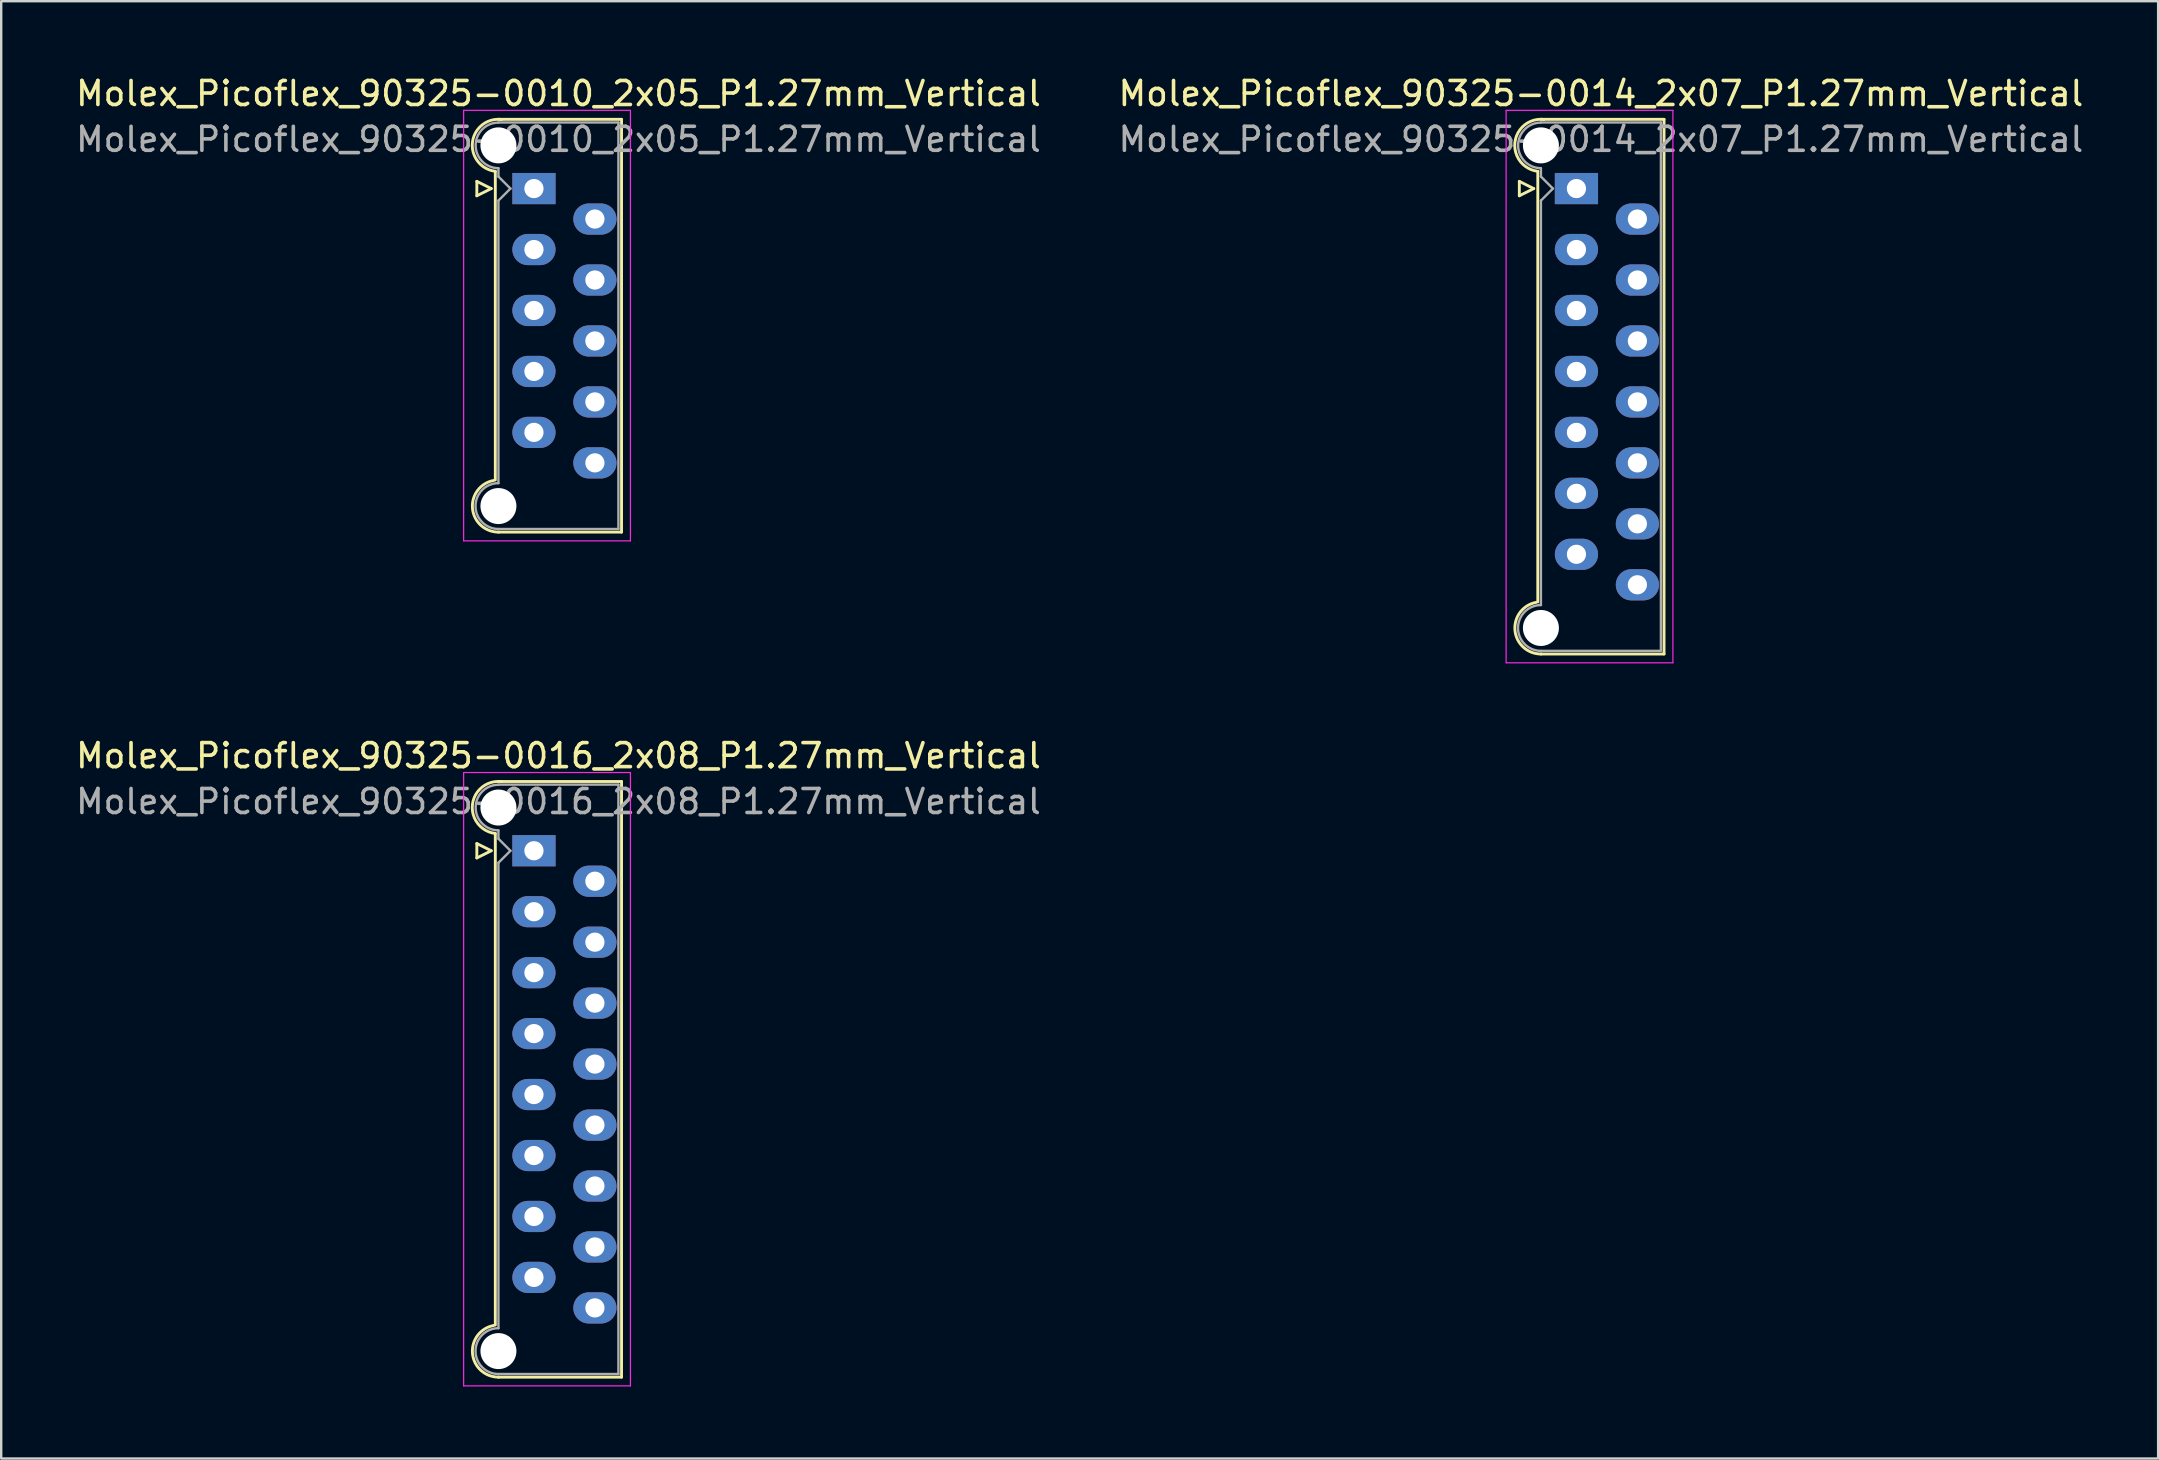
<source format=kicad_pcb>
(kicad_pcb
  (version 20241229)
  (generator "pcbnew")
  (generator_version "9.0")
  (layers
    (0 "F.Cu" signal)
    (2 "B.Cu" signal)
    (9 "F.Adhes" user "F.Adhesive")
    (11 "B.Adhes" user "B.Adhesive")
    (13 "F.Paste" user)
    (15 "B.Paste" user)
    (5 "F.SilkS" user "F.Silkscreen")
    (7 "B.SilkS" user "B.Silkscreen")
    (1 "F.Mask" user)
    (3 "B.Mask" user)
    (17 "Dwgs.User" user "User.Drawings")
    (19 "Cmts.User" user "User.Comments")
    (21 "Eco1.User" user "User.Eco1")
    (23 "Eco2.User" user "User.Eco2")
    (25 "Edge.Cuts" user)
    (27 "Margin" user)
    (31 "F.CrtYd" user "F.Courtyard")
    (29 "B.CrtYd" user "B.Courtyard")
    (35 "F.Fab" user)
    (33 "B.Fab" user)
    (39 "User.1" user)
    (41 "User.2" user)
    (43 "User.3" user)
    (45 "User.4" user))
  (footprint "Molex_Picoflex_90325-0010_2x05_P1.27mm_Vertical"
    (layer "F.Cu")
    (at 19.2 4.808)
    (property "Reference" "Molex_Picoflex_90325-0010_2x05_P1.27mm_Vertical" (at 1.02 -3.96 0) (layer "F.SilkS") (effects (font (size 1 1) (thickness 0.15))))
    (attr through_hole)
    (fp_line (start -2.38 -0.3) (end -2.38 0.3) (stroke (width 0.12) (type solid)) (layer "F.SilkS"))
    (fp_line (start -2.38 0.3) (end -1.78 0) (stroke (width 0.12) (type solid)) (layer "F.SilkS"))
    (fp_line (start -1.78 0) (end -2.38 -0.3) (stroke (width 0.12) (type solid)) (layer "F.SilkS"))
    (fp_line (start -1.61 -0.715) (end -1.61 12.145) (stroke (width 0.12) (type solid)) (layer "F.SilkS"))
    (fp_line (start -1.48 -2.885) (end 3.65 -2.885) (stroke (width 0.12) (type solid)) (layer "F.SilkS"))
    (fp_line (start 3.65 -2.885) (end 3.65 14.315) (stroke (width 0.12) (type solid)) (layer "F.SilkS"))
    (fp_line (start 3.65 14.315) (end -1.48 14.315) (stroke (width 0.12) (type solid)) (layer "F.SilkS"))
    (fp_arc (start -1.61 -0.72) (mid -2.56 -1.93) (end -1.35 -2.88) (stroke (width 0.12) (type solid)) (layer "F.SilkS"))
    (fp_arc (start -1.47 14.315) (mid -2.56 13.334526) (end -1.678256 12.16322) (stroke (width 0.12) (type solid)) (layer "F.SilkS"))
    (fp_line (start -2.93 -3.26) (end -2.93 14.68) (stroke (width 0.05) (type solid)) (layer "F.CrtYd"))
    (fp_line (start -2.93 14.68) (end 4.02 14.68) (stroke (width 0.05) (type solid)) (layer "F.CrtYd"))
    (fp_line (start 4.02 -3.26) (end -2.93 -3.26) (stroke (width 0.05) (type solid)) (layer "F.CrtYd"))
    (fp_line (start 4.02 14.68) (end 4.02 -3.26) (stroke (width 0.05) (type solid)) (layer "F.CrtYd"))
    (fp_line (start -1.48 -2.755) (end 3.52 -2.755) (stroke (width 0.1) (type solid)) (layer "F.Fab"))
    (fp_line (start -1.48 -0.845) (end -1.48 -0.5) (stroke (width 0.1) (type solid)) (layer "F.Fab"))
    (fp_line (start -1.48 -0.5) (end -0.98 0) (stroke (width 0.1) (type solid)) (layer "F.Fab"))
    (fp_line (start -1.48 0.5) (end -1.48 12.275) (stroke (width 0.1) (type solid)) (layer "F.Fab"))
    (fp_line (start -0.98 0) (end -1.48 0.5) (stroke (width 0.1) (type solid)) (layer "F.Fab"))
    (fp_line (start 3.52 -2.755) (end 3.52 14.185) (stroke (width 0.1) (type solid)) (layer "F.Fab"))
    (fp_line (start 3.52 14.185) (end -1.48 14.185) (stroke (width 0.1) (type solid)) (layer "F.Fab"))
    (fp_arc (start -1.48 -0.85) (mid -2.43 -1.8) (end -1.48 -2.75) (stroke (width 0.1) (type solid)) (layer "F.Fab"))
    (fp_arc (start -1.48 14.185) (mid -2.435 13.23) (end -1.48 12.275) (stroke (width 0.1) (type solid)) (layer "F.Fab"))
    (fp_text user "${REFERENCE}" (at 1.02 -2.05 0) (layer "F.Fab") (effects (font (size 1 1) (thickness 0.15))))
    (pad "" np_thru_hole circle (at -1.48 -1.8) (size 1.5 1.5) (drill 1.5) (layers "*.Cu" "*.Mask"))
    (pad "" np_thru_hole circle (at -1.48 13.23) (size 1.5 1.5) (drill 1.5) (layers "*.Cu" "*.Mask"))
    (pad "1" thru_hole rect (at 0 0) (size 1.8 1.3) (drill 0.8) (layers "*.Cu" "*.Mask"))
    (pad "2" thru_hole oval (at 2.54 1.27) (size 1.8 1.3) (drill 0.8) (layers "*.Cu" "*.Mask"))
    (pad "3" thru_hole oval (at 0 2.54) (size 1.8 1.3) (drill 0.8) (layers "*.Cu" "*.Mask"))
    (pad "4" thru_hole oval (at 2.54 3.81) (size 1.8 1.3) (drill 0.8) (layers "*.Cu" "*.Mask"))
    (pad "5" thru_hole oval (at 0 5.08) (size 1.8 1.3) (drill 0.8) (layers "*.Cu" "*.Mask"))
    (pad "6" thru_hole oval (at 2.54 6.35) (size 1.8 1.3) (drill 0.8) (layers "*.Cu" "*.Mask"))
    (pad "7" thru_hole oval (at 0 7.62) (size 1.8 1.3) (drill 0.8) (layers "*.Cu" "*.Mask"))
    (pad "8" thru_hole oval (at 2.54 8.89) (size 1.8 1.3) (drill 0.8) (layers "*.Cu" "*.Mask"))
    (pad "9" thru_hole oval (at 0 10.16) (size 1.8 1.3) (drill 0.8) (layers "*.Cu" "*.Mask"))
    (pad "10" thru_hole oval (at 2.54 11.43) (size 1.8 1.3) (drill 0.8) (layers "*.Cu" "*.Mask")))
  (footprint "Molex_Picoflex_90325-0014_2x07_P1.27mm_Vertical"
    (layer "F.Cu")
    (at 62.641 4.808)
    (property "Reference" "Molex_Picoflex_90325-0014_2x07_P1.27mm_Vertical" (at 1.02 -3.96 0) (layer "F.SilkS") (effects (font (size 1 1) (thickness 0.15))))
    (attr through_hole)
    (fp_line (start -2.38 -0.3) (end -2.38 0.3) (stroke (width 0.12) (type solid)) (layer "F.SilkS"))
    (fp_line (start -2.38 0.3) (end -1.78 0) (stroke (width 0.12) (type solid)) (layer "F.SilkS"))
    (fp_line (start -1.78 0) (end -2.38 -0.3) (stroke (width 0.12) (type solid)) (layer "F.SilkS"))
    (fp_line (start -1.61 -0.715) (end -1.61 17.225) (stroke (width 0.12) (type solid)) (layer "F.SilkS"))
    (fp_line (start -1.48 -2.885) (end 3.65 -2.885) (stroke (width 0.12) (type solid)) (layer "F.SilkS"))
    (fp_line (start 3.65 -2.885) (end 3.65 19.395) (stroke (width 0.12) (type solid)) (layer "F.SilkS"))
    (fp_line (start 3.65 19.395) (end -1.48 19.395) (stroke (width 0.12) (type solid)) (layer "F.SilkS"))
    (fp_arc (start -1.61 -0.72) (mid -2.56 -1.93) (end -1.35 -2.88) (stroke (width 0.12) (type solid)) (layer "F.SilkS"))
    (fp_arc (start -1.47 19.395) (mid -2.56 18.414526) (end -1.678256 17.24322) (stroke (width 0.12) (type solid)) (layer "F.SilkS"))
    (fp_line (start -2.93 -3.26) (end -2.93 19.76) (stroke (width 0.05) (type solid)) (layer "F.CrtYd"))
    (fp_line (start -2.93 19.76) (end 4.02 19.76) (stroke (width 0.05) (type solid)) (layer "F.CrtYd"))
    (fp_line (start 4.02 -3.26) (end -2.93 -3.26) (stroke (width 0.05) (type solid)) (layer "F.CrtYd"))
    (fp_line (start 4.02 19.76) (end 4.02 -3.26) (stroke (width 0.05) (type solid)) (layer "F.CrtYd"))
    (fp_line (start -1.48 -2.755) (end 3.52 -2.755) (stroke (width 0.1) (type solid)) (layer "F.Fab"))
    (fp_line (start -1.48 -0.845) (end -1.48 -0.5) (stroke (width 0.1) (type solid)) (layer "F.Fab"))
    (fp_line (start -1.48 -0.5) (end -0.98 0) (stroke (width 0.1) (type solid)) (layer "F.Fab"))
    (fp_line (start -1.48 0.5) (end -1.48 17.355) (stroke (width 0.1) (type solid)) (layer "F.Fab"))
    (fp_line (start -0.98 0) (end -1.48 0.5) (stroke (width 0.1) (type solid)) (layer "F.Fab"))
    (fp_line (start 3.52 -2.755) (end 3.52 19.265) (stroke (width 0.1) (type solid)) (layer "F.Fab"))
    (fp_line (start 3.52 19.265) (end -1.48 19.265) (stroke (width 0.1) (type solid)) (layer "F.Fab"))
    (fp_arc (start -1.48 -0.85) (mid -2.43 -1.8) (end -1.48 -2.75) (stroke (width 0.1) (type solid)) (layer "F.Fab"))
    (fp_arc (start -1.48 19.265) (mid -2.435 18.31) (end -1.48 17.355) (stroke (width 0.1) (type solid)) (layer "F.Fab"))
    (fp_text user "${REFERENCE}" (at 1.02 -2.05 0) (layer "F.Fab") (effects (font (size 1 1) (thickness 0.15))))
    (pad "" np_thru_hole circle (at -1.48 -1.8) (size 1.5 1.5) (drill 1.5) (layers "*.Cu" "*.Mask"))
    (pad "" np_thru_hole circle (at -1.48 18.31) (size 1.5 1.5) (drill 1.5) (layers "*.Cu" "*.Mask"))
    (pad "1" thru_hole rect (at 0 0) (size 1.8 1.3) (drill 0.8) (layers "*.Cu" "*.Mask"))
    (pad "2" thru_hole oval (at 2.54 1.27) (size 1.8 1.3) (drill 0.8) (layers "*.Cu" "*.Mask"))
    (pad "3" thru_hole oval (at 0 2.54) (size 1.8 1.3) (drill 0.8) (layers "*.Cu" "*.Mask"))
    (pad "4" thru_hole oval (at 2.54 3.81) (size 1.8 1.3) (drill 0.8) (layers "*.Cu" "*.Mask"))
    (pad "5" thru_hole oval (at 0 5.08) (size 1.8 1.3) (drill 0.8) (layers "*.Cu" "*.Mask"))
    (pad "6" thru_hole oval (at 2.54 6.35) (size 1.8 1.3) (drill 0.8) (layers "*.Cu" "*.Mask"))
    (pad "7" thru_hole oval (at 0 7.62) (size 1.8 1.3) (drill 0.8) (layers "*.Cu" "*.Mask"))
    (pad "8" thru_hole oval (at 2.54 8.89) (size 1.8 1.3) (drill 0.8) (layers "*.Cu" "*.Mask"))
    (pad "9" thru_hole oval (at 0 10.16) (size 1.8 1.3) (drill 0.8) (layers "*.Cu" "*.Mask"))
    (pad "10" thru_hole oval (at 2.54 11.43) (size 1.8 1.3) (drill 0.8) (layers "*.Cu" "*.Mask"))
    (pad "11" thru_hole oval (at 0 12.7) (size 1.8 1.3) (drill 0.8) (layers "*.Cu" "*.Mask"))
    (pad "12" thru_hole oval (at 2.54 13.97) (size 1.8 1.3) (drill 0.8) (layers "*.Cu" "*.Mask"))
    (pad "13" thru_hole oval (at 0 15.24) (size 1.8 1.3) (drill 0.8) (layers "*.Cu" "*.Mask"))
    (pad "14" thru_hole oval (at 2.54 16.51) (size 1.8 1.3) (drill 0.8) (layers "*.Cu" "*.Mask")))
  (footprint "Molex_Picoflex_90325-0016_2x08_P1.27mm_Vertical"
    (layer "F.Cu")
    (at 19.2 32.401)
    (property "Reference" "Molex_Picoflex_90325-0016_2x08_P1.27mm_Vertical" (at 1.02 -3.96 0) (layer "F.SilkS") (effects (font (size 1 1) (thickness 0.15))))
    (attr through_hole)
    (fp_line (start -2.38 -0.3) (end -2.38 0.3) (stroke (width 0.12) (type solid)) (layer "F.SilkS"))
    (fp_line (start -2.38 0.3) (end -1.78 0) (stroke (width 0.12) (type solid)) (layer "F.SilkS"))
    (fp_line (start -1.78 0) (end -2.38 -0.3) (stroke (width 0.12) (type solid)) (layer "F.SilkS"))
    (fp_line (start -1.61 -0.715) (end -1.61 19.765) (stroke (width 0.12) (type solid)) (layer "F.SilkS"))
    (fp_line (start -1.48 -2.885) (end 3.65 -2.885) (stroke (width 0.12) (type solid)) (layer "F.SilkS"))
    (fp_line (start 3.65 -2.885) (end 3.65 21.935) (stroke (width 0.12) (type solid)) (layer "F.SilkS"))
    (fp_line (start 3.65 21.935) (end -1.48 21.935) (stroke (width 0.12) (type solid)) (layer "F.SilkS"))
    (fp_arc (start -1.61 -0.72) (mid -2.56 -1.93) (end -1.35 -2.88) (stroke (width 0.12) (type solid)) (layer "F.SilkS"))
    (fp_arc (start -1.47 21.935) (mid -2.56 20.954526) (end -1.678256 19.78322) (stroke (width 0.12) (type solid)) (layer "F.SilkS"))
    (fp_line (start -2.93 -3.26) (end -2.93 22.3) (stroke (width 0.05) (type solid)) (layer "F.CrtYd"))
    (fp_line (start -2.93 22.3) (end 4.02 22.3) (stroke (width 0.05) (type solid)) (layer "F.CrtYd"))
    (fp_line (start 4.02 -3.26) (end -2.93 -3.26) (stroke (width 0.05) (type solid)) (layer "F.CrtYd"))
    (fp_line (start 4.02 22.3) (end 4.02 -3.26) (stroke (width 0.05) (type solid)) (layer "F.CrtYd"))
    (fp_line (start -1.48 -2.755) (end 3.52 -2.755) (stroke (width 0.1) (type solid)) (layer "F.Fab"))
    (fp_line (start -1.48 -0.845) (end -1.48 -0.5) (stroke (width 0.1) (type solid)) (layer "F.Fab"))
    (fp_line (start -1.48 -0.5) (end -0.98 0) (stroke (width 0.1) (type solid)) (layer "F.Fab"))
    (fp_line (start -1.48 0.5) (end -1.48 19.895) (stroke (width 0.1) (type solid)) (layer "F.Fab"))
    (fp_line (start -0.98 0) (end -1.48 0.5) (stroke (width 0.1) (type solid)) (layer "F.Fab"))
    (fp_line (start 3.52 -2.755) (end 3.52 21.805) (stroke (width 0.1) (type solid)) (layer "F.Fab"))
    (fp_line (start 3.52 21.805) (end -1.48 21.805) (stroke (width 0.1) (type solid)) (layer "F.Fab"))
    (fp_arc (start -1.48 -0.85) (mid -2.43 -1.8) (end -1.48 -2.75) (stroke (width 0.1) (type solid)) (layer "F.Fab"))
    (fp_arc (start -1.48 21.805) (mid -2.435 20.85) (end -1.48 19.895) (stroke (width 0.1) (type solid)) (layer "F.Fab"))
    (fp_text user "${REFERENCE}" (at 1.02 -2.05 0) (layer "F.Fab") (effects (font (size 1 1) (thickness 0.15))))
    (pad "" np_thru_hole circle (at -1.48 -1.8) (size 1.5 1.5) (drill 1.5) (layers "*.Cu" "*.Mask"))
    (pad "" np_thru_hole circle (at -1.48 20.85) (size 1.5 1.5) (drill 1.5) (layers "*.Cu" "*.Mask"))
    (pad "1" thru_hole rect (at 0 0) (size 1.8 1.3) (drill 0.8) (layers "*.Cu" "*.Mask"))
    (pad "2" thru_hole oval (at 2.54 1.27) (size 1.8 1.3) (drill 0.8) (layers "*.Cu" "*.Mask"))
    (pad "3" thru_hole oval (at 0 2.54) (size 1.8 1.3) (drill 0.8) (layers "*.Cu" "*.Mask"))
    (pad "4" thru_hole oval (at 2.54 3.81) (size 1.8 1.3) (drill 0.8) (layers "*.Cu" "*.Mask"))
    (pad "5" thru_hole oval (at 0 5.08) (size 1.8 1.3) (drill 0.8) (layers "*.Cu" "*.Mask"))
    (pad "6" thru_hole oval (at 2.54 6.35) (size 1.8 1.3) (drill 0.8) (layers "*.Cu" "*.Mask"))
    (pad "7" thru_hole oval (at 0 7.62) (size 1.8 1.3) (drill 0.8) (layers "*.Cu" "*.Mask"))
    (pad "8" thru_hole oval (at 2.54 8.89) (size 1.8 1.3) (drill 0.8) (layers "*.Cu" "*.Mask"))
    (pad "9" thru_hole oval (at 0 10.16) (size 1.8 1.3) (drill 0.8) (layers "*.Cu" "*.Mask"))
    (pad "10" thru_hole oval (at 2.54 11.43) (size 1.8 1.3) (drill 0.8) (layers "*.Cu" "*.Mask"))
    (pad "11" thru_hole oval (at 0 12.7) (size 1.8 1.3) (drill 0.8) (layers "*.Cu" "*.Mask"))
    (pad "12" thru_hole oval (at 2.54 13.97) (size 1.8 1.3) (drill 0.8) (layers "*.Cu" "*.Mask"))
    (pad "13" thru_hole oval (at 0 15.24) (size 1.8 1.3) (drill 0.8) (layers "*.Cu" "*.Mask"))
    (pad "14" thru_hole oval (at 2.54 16.51) (size 1.8 1.3) (drill 0.8) (layers "*.Cu" "*.Mask"))
    (pad "15" thru_hole oval (at 0 17.78) (size 1.8 1.3) (drill 0.8) (layers "*.Cu" "*.Mask"))
    (pad "16" thru_hole oval (at 2.54 19.05) (size 1.8 1.3) (drill 0.8) (layers "*.Cu" "*.Mask")))
  (gr_rect
    (start -3 -3)
    (end 86.881 57.727)
    (stroke (width 0.1) (type default))
    (fill no)
    (layer "Edge.Cuts")))
</source>
